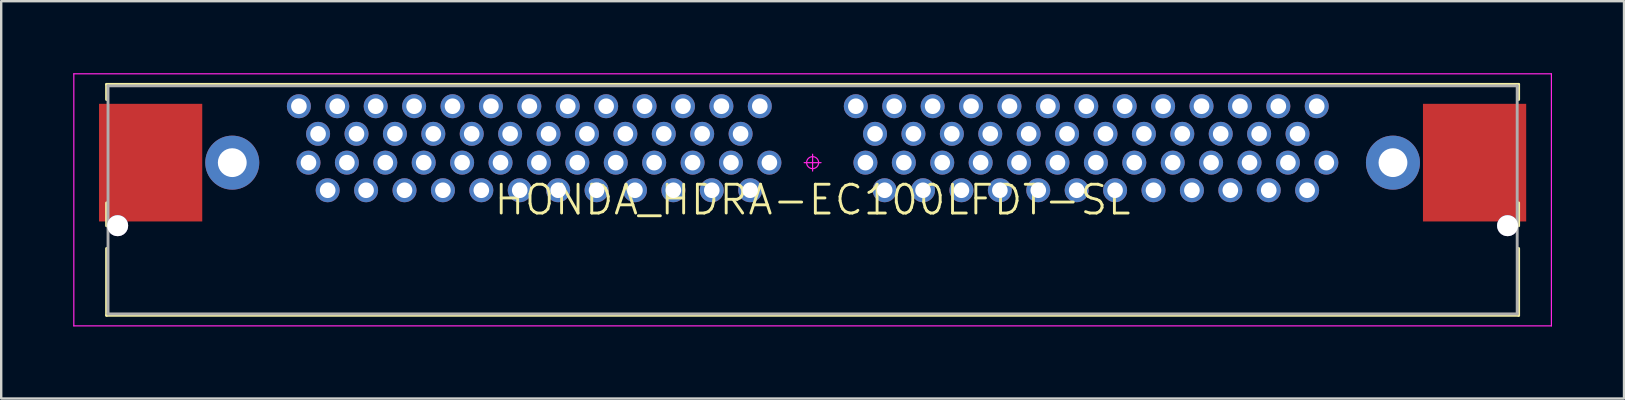
<source format=kicad_pcb>
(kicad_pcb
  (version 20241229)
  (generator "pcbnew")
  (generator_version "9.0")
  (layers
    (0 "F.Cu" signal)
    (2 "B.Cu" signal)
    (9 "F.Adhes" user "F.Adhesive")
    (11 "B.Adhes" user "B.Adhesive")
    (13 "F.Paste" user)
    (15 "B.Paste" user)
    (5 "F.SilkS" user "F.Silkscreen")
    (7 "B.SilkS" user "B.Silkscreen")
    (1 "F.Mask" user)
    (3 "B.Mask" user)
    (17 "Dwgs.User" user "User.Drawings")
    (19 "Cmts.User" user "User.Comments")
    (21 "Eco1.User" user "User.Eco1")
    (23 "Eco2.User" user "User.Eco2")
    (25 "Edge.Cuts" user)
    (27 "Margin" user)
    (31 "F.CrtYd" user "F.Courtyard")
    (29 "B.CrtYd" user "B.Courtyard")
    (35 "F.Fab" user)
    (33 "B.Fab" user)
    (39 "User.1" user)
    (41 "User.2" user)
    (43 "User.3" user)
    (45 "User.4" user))
  (footprint "HONDA_HDRA-EC100LFDT-SL"
    (layer "F.Cu")
    (at 30.8 3.725)
    (property "Reference" "HONDA_HDRA-EC100LFDT-SL" (at 0 1.55 0) (layer "F.SilkS") (effects (font (size 1.2 1.2) (thickness 0.12))))
    (attr through_hole)
    (fp_line (start -29.41 -3.26) (end 29.41 -3.26) (stroke (width 0.12) (type solid)) (layer "F.SilkS"))
    (fp_line (start -29.41 -2.63) (end -29.41 -3.26) (stroke (width 0.12) (type solid)) (layer "F.SilkS"))
    (fp_line (start -29.41 2.63) (end -29.41 1.676) (stroke (width 0.12) (type solid)) (layer "F.SilkS"))
    (fp_line (start -29.41 6.36) (end -29.41 3.574) (stroke (width 0.12) (type solid)) (layer "F.SilkS"))
    (fp_line (start 29.41 -3.26) (end 29.41 -2.63) (stroke (width 0.12) (type solid)) (layer "F.SilkS"))
    (fp_line (start 29.41 2.63) (end 29.41 1.676) (stroke (width 0.12) (type solid)) (layer "F.SilkS"))
    (fp_line (start 29.41 3.574) (end 29.41 6.36) (stroke (width 0.12) (type solid)) (layer "F.SilkS"))
    (fp_line (start 29.41 6.36) (end -29.41 6.36) (stroke (width 0.12) (type solid)) (layer "F.SilkS"))
    (fp_line (start -30.775 -3.7) (end 30.775 -3.7) (stroke (width 0.05) (type solid)) (layer "F.CrtYd"))
    (fp_line (start -30.775 6.8) (end -30.775 -3.7) (stroke (width 0.05) (type solid)) (layer "F.CrtYd"))
    (fp_line (start 0 -0.35) (end 0 0.35) (stroke (width 0.05) (type solid)) (layer "F.CrtYd"))
    (fp_line (start 0.35 0) (end -0.35 0) (stroke (width 0.05) (type solid)) (layer "F.CrtYd"))
    (fp_line (start 30.775 -3.7) (end 30.775 6.8) (stroke (width 0.05) (type solid)) (layer "F.CrtYd"))
    (fp_line (start 30.775 6.8) (end -30.775 6.8) (stroke (width 0.05) (type solid)) (layer "F.CrtYd"))
    (fp_circle (center 0 0) (end 0 0.25) (stroke (width 0.05) (type solid)) (fill no) (layer "F.CrtYd"))
    (fp_line (start -29.35 -3.2) (end 29.35 -3.2) (stroke (width 0.12) (type solid)) (layer "F.Fab"))
    (fp_line (start -29.35 6.3) (end -29.35 -3.2) (stroke (width 0.12) (type solid)) (layer "F.Fab"))
    (fp_line (start 29.35 -3.2) (end 29.35 6.3) (stroke (width 0.12) (type solid)) (layer "F.Fab"))
    (fp_line (start 29.35 6.3) (end -29.35 6.3) (stroke (width 0.12) (type solid)) (layer "F.Fab"))
    (pad "1" thru_hole circle (at 21 -2.35) (size 1 1) (drill 0.65) (layers "*.Cu" "*.Mask"))
    (pad "2" thru_hole circle (at 20.2 -1.2) (size 1 1) (drill 0.65) (layers "*.Cu" "*.Mask"))
    (pad "3" thru_hole circle (at 19.4 -2.35) (size 1 1) (drill 0.65) (layers "*.Cu" "*.Mask"))
    (pad "4" thru_hole circle (at 18.6 -1.2) (size 1 1) (drill 0.65) (layers "*.Cu" "*.Mask"))
    (pad "5" thru_hole circle (at 17.8 -2.35) (size 1 1) (drill 0.65) (layers "*.Cu" "*.Mask"))
    (pad "6" thru_hole circle (at 17 -1.2) (size 1 1) (drill 0.65) (layers "*.Cu" "*.Mask"))
    (pad "7" thru_hole circle (at 16.2 -2.35) (size 1 1) (drill 0.65) (layers "*.Cu" "*.Mask"))
    (pad "8" thru_hole circle (at 15.4 -1.2) (size 1 1) (drill 0.65) (layers "*.Cu" "*.Mask"))
    (pad "9" thru_hole circle (at 14.6 -2.35) (size 1 1) (drill 0.65) (layers "*.Cu" "*.Mask"))
    (pad "10" thru_hole circle (at 13.8 -1.2) (size 1 1) (drill 0.65) (layers "*.Cu" "*.Mask"))
    (pad "11" thru_hole circle (at 13 -2.35) (size 1 1) (drill 0.65) (layers "*.Cu" "*.Mask"))
    (pad "12" thru_hole circle (at 12.2 -1.2) (size 1 1) (drill 0.65) (layers "*.Cu" "*.Mask"))
    (pad "13" thru_hole circle (at 11.4 -2.35) (size 1 1) (drill 0.65) (layers "*.Cu" "*.Mask"))
    (pad "14" thru_hole circle (at 10.6 -1.2) (size 1 1) (drill 0.65) (layers "*.Cu" "*.Mask"))
    (pad "15" thru_hole circle (at 9.8 -2.35) (size 1 1) (drill 0.65) (layers "*.Cu" "*.Mask"))
    (pad "16" thru_hole circle (at 9 -1.2) (size 1 1) (drill 0.65) (layers "*.Cu" "*.Mask"))
    (pad "17" thru_hole circle (at 8.2 -2.35) (size 1 1) (drill 0.65) (layers "*.Cu" "*.Mask"))
    (pad "18" thru_hole circle (at 7.4 -1.2) (size 1 1) (drill 0.65) (layers "*.Cu" "*.Mask"))
    (pad "19" thru_hole circle (at 6.6 -2.35) (size 1 1) (drill 0.65) (layers "*.Cu" "*.Mask"))
    (pad "20" thru_hole circle (at 5.8 -1.2) (size 1 1) (drill 0.65) (layers "*.Cu" "*.Mask"))
    (pad "21" thru_hole circle (at 5 -2.35) (size 1 1) (drill 0.65) (layers "*.Cu" "*.Mask"))
    (pad "22" thru_hole circle (at 4.2 -1.2) (size 1 1) (drill 0.65) (layers "*.Cu" "*.Mask"))
    (pad "23" thru_hole circle (at 3.4 -2.35) (size 1 1) (drill 0.65) (layers "*.Cu" "*.Mask"))
    (pad "24" thru_hole circle (at 2.6 -1.2) (size 1 1) (drill 0.65) (layers "*.Cu" "*.Mask"))
    (pad "25" thru_hole circle (at 1.8 -2.35) (size 1 1) (drill 0.65) (layers "*.Cu" "*.Mask"))
    (pad "26" thru_hole circle (at -2.2 -2.35) (size 1 1) (drill 0.65) (layers "*.Cu" "*.Mask"))
    (pad "27" thru_hole circle (at -3 -1.2) (size 1 1) (drill 0.65) (layers "*.Cu" "*.Mask"))
    (pad "28" thru_hole circle (at -3.8 -2.35) (size 1 1) (drill 0.65) (layers "*.Cu" "*.Mask"))
    (pad "29" thru_hole circle (at -4.6 -1.2) (size 1 1) (drill 0.65) (layers "*.Cu" "*.Mask"))
    (pad "30" thru_hole circle (at -5.4 -2.35) (size 1 1) (drill 0.65) (layers "*.Cu" "*.Mask"))
    (pad "31" thru_hole circle (at -6.2 -1.2) (size 1 1) (drill 0.65) (layers "*.Cu" "*.Mask"))
    (pad "32" thru_hole circle (at -7 -2.35) (size 1 1) (drill 0.65) (layers "*.Cu" "*.Mask"))
    (pad "33" thru_hole circle (at -7.8 -1.2) (size 1 1) (drill 0.65) (layers "*.Cu" "*.Mask"))
    (pad "34" thru_hole circle (at -8.6 -2.35) (size 1 1) (drill 0.65) (layers "*.Cu" "*.Mask"))
    (pad "35" thru_hole circle (at -9.4 -1.2) (size 1 1) (drill 0.65) (layers "*.Cu" "*.Mask"))
    (pad "36" thru_hole circle (at -10.2 -2.35) (size 1 1) (drill 0.65) (layers "*.Cu" "*.Mask"))
    (pad "37" thru_hole circle (at -11 -1.2) (size 1 1) (drill 0.65) (layers "*.Cu" "*.Mask"))
    (pad "38" thru_hole circle (at -11.8 -2.35) (size 1 1) (drill 0.65) (layers "*.Cu" "*.Mask"))
    (pad "39" thru_hole circle (at -12.6 -1.2) (size 1 1) (drill 0.65) (layers "*.Cu" "*.Mask"))
    (pad "40" thru_hole circle (at -13.4 -2.35) (size 1 1) (drill 0.65) (layers "*.Cu" "*.Mask"))
    (pad "41" thru_hole circle (at -14.2 -1.2) (size 1 1) (drill 0.65) (layers "*.Cu" "*.Mask"))
    (pad "42" thru_hole circle (at -15 -2.35) (size 1 1) (drill 0.65) (layers "*.Cu" "*.Mask"))
    (pad "43" thru_hole circle (at -15.8 -1.2) (size 1 1) (drill 0.65) (layers "*.Cu" "*.Mask"))
    (pad "44" thru_hole circle (at -16.6 -2.35) (size 1 1) (drill 0.65) (layers "*.Cu" "*.Mask"))
    (pad "45" thru_hole circle (at -17.4 -1.2) (size 1 1) (drill 0.65) (layers "*.Cu" "*.Mask"))
    (pad "46" thru_hole circle (at -18.2 -2.35) (size 1 1) (drill 0.65) (layers "*.Cu" "*.Mask"))
    (pad "47" thru_hole circle (at -19 -1.2) (size 1 1) (drill 0.65) (layers "*.Cu" "*.Mask"))
    (pad "48" thru_hole circle (at -19.8 -2.35) (size 1 1) (drill 0.65) (layers "*.Cu" "*.Mask"))
    (pad "49" thru_hole circle (at -20.6 -1.2) (size 1 1) (drill 0.65) (layers "*.Cu" "*.Mask"))
    (pad "50" thru_hole circle (at -21.4 -2.35) (size 1 1) (drill 0.65) (layers "*.Cu" "*.Mask"))
    (pad "51" thru_hole circle (at 21.4 0) (size 1 1) (drill 0.65) (layers "*.Cu" "*.Mask"))
    (pad "52" thru_hole circle (at 20.6 1.15) (size 1 1) (drill 0.65) (layers "*.Cu" "*.Mask"))
    (pad "53" thru_hole circle (at 19.8 0) (size 1 1) (drill 0.65) (layers "*.Cu" "*.Mask"))
    (pad "54" thru_hole circle (at 19 1.15) (size 1 1) (drill 0.65) (layers "*.Cu" "*.Mask"))
    (pad "55" thru_hole circle (at 18.2 0) (size 1 1) (drill 0.65) (layers "*.Cu" "*.Mask"))
    (pad "56" thru_hole circle (at 17.4 1.15) (size 1 1) (drill 0.65) (layers "*.Cu" "*.Mask"))
    (pad "57" thru_hole circle (at 16.6 0) (size 1 1) (drill 0.65) (layers "*.Cu" "*.Mask"))
    (pad "58" thru_hole circle (at 15.8 1.15) (size 1 1) (drill 0.65) (layers "*.Cu" "*.Mask"))
    (pad "59" thru_hole circle (at 15 0) (size 1 1) (drill 0.65) (layers "*.Cu" "*.Mask"))
    (pad "60" thru_hole circle (at 14.2 1.15) (size 1 1) (drill 0.65) (layers "*.Cu" "*.Mask"))
    (pad "61" thru_hole circle (at 13.4 0) (size 1 1) (drill 0.65) (layers "*.Cu" "*.Mask"))
    (pad "62" thru_hole circle (at 12.6 1.15) (size 1 1) (drill 0.65) (layers "*.Cu" "*.Mask"))
    (pad "63" thru_hole circle (at 11.8 0) (size 1 1) (drill 0.65) (layers "*.Cu" "*.Mask"))
    (pad "64" thru_hole circle (at 11 1.15) (size 1 1) (drill 0.65) (layers "*.Cu" "*.Mask"))
    (pad "65" thru_hole circle (at 10.2 0) (size 1 1) (drill 0.65) (layers "*.Cu" "*.Mask"))
    (pad "66" thru_hole circle (at 9.4 1.15) (size 1 1) (drill 0.65) (layers "*.Cu" "*.Mask"))
    (pad "67" thru_hole circle (at 8.6 0) (size 1 1) (drill 0.65) (layers "*.Cu" "*.Mask"))
    (pad "68" thru_hole circle (at 7.8 1.15) (size 1 1) (drill 0.65) (layers "*.Cu" "*.Mask"))
    (pad "69" thru_hole circle (at 7 0) (size 1 1) (drill 0.65) (layers "*.Cu" "*.Mask"))
    (pad "70" thru_hole circle (at 6.2 1.15) (size 1 1) (drill 0.65) (layers "*.Cu" "*.Mask"))
    (pad "71" thru_hole circle (at 5.4 0) (size 1 1) (drill 0.65) (layers "*.Cu" "*.Mask"))
    (pad "72" thru_hole circle (at 4.6 1.15) (size 1 1) (drill 0.65) (layers "*.Cu" "*.Mask"))
    (pad "73" thru_hole circle (at 3.8 0) (size 1 1) (drill 0.65) (layers "*.Cu" "*.Mask"))
    (pad "74" thru_hole circle (at 3 1.15) (size 1 1) (drill 0.65) (layers "*.Cu" "*.Mask"))
    (pad "75" thru_hole circle (at 2.2 0) (size 1 1) (drill 0.65) (layers "*.Cu" "*.Mask"))
    (pad "76" thru_hole circle (at -1.8 0) (size 1 1) (drill 0.65) (layers "*.Cu" "*.Mask"))
    (pad "77" thru_hole circle (at -2.6 1.15) (size 1 1) (drill 0.65) (layers "*.Cu" "*.Mask"))
    (pad "78" thru_hole circle (at -3.4 0) (size 1 1) (drill 0.65) (layers "*.Cu" "*.Mask"))
    (pad "79" thru_hole circle (at -4.2 1.15) (size 1 1) (drill 0.65) (layers "*.Cu" "*.Mask"))
    (pad "80" thru_hole circle (at -5 0) (size 1 1) (drill 0.65) (layers "*.Cu" "*.Mask"))
    (pad "81" thru_hole circle (at -5.8 1.15) (size 1 1) (drill 0.65) (layers "*.Cu" "*.Mask"))
    (pad "82" thru_hole circle (at -6.6 0) (size 1 1) (drill 0.65) (layers "*.Cu" "*.Mask"))
    (pad "83" thru_hole circle (at -7.4 1.15) (size 1 1) (drill 0.65) (layers "*.Cu" "*.Mask"))
    (pad "84" thru_hole circle (at -8.2 0) (size 1 1) (drill 0.65) (layers "*.Cu" "*.Mask"))
    (pad "85" thru_hole circle (at -9 1.15) (size 1 1) (drill 0.65) (layers "*.Cu" "*.Mask"))
    (pad "86" thru_hole circle (at -9.8 0) (size 1 1) (drill 0.65) (layers "*.Cu" "*.Mask"))
    (pad "87" thru_hole circle (at -10.6 1.15) (size 1 1) (drill 0.65) (layers "*.Cu" "*.Mask"))
    (pad "88" thru_hole circle (at -11.4 0) (size 1 1) (drill 0.65) (layers "*.Cu" "*.Mask"))
    (pad "89" thru_hole circle (at -12.2 1.15) (size 1 1) (drill 0.65) (layers "*.Cu" "*.Mask"))
    (pad "90" thru_hole circle (at -13 0) (size 1 1) (drill 0.65) (layers "*.Cu" "*.Mask"))
    (pad "91" thru_hole circle (at -13.8 1.15) (size 1 1) (drill 0.65) (layers "*.Cu" "*.Mask"))
    (pad "92" thru_hole circle (at -14.6 0) (size 1 1) (drill 0.65) (layers "*.Cu" "*.Mask"))
    (pad "93" thru_hole circle (at -15.4 1.15) (size 1 1) (drill 0.65) (layers "*.Cu" "*.Mask"))
    (pad "94" thru_hole circle (at -16.2 0) (size 1 1) (drill 0.65) (layers "*.Cu" "*.Mask"))
    (pad "95" thru_hole circle (at -17 1.15) (size 1 1) (drill 0.65) (layers "*.Cu" "*.Mask"))
    (pad "96" thru_hole circle (at -17.8 0) (size 1 1) (drill 0.65) (layers "*.Cu" "*.Mask"))
    (pad "97" thru_hole circle (at -18.6 1.15) (size 1 1) (drill 0.65) (layers "*.Cu" "*.Mask"))
    (pad "98" thru_hole circle (at -19.4 0) (size 1 1) (drill 0.65) (layers "*.Cu" "*.Mask"))
    (pad "99" thru_hole circle (at -20.2 1.15) (size 1 1) (drill 0.65) (layers "*.Cu" "*.Mask"))
    (pad "100" thru_hole circle (at -21 0) (size 1 1) (drill 0.65) (layers "*.Cu" "*.Mask"))
    (pad "101" thru_hole circle (at -24.175 0) (size 2.25 2.25) (drill 1.2) (layers "*.Cu" "*.Mask"))
    (pad "102" thru_hole circle (at 24.175 0) (size 2.25 2.25) (drill 1.2) (layers "*.Cu" "*.Mask"))
    (pad "103" smd rect (at -27.575 0) (size 4.3 4.9) (layers "F.Cu" "F.Mask" "F.Paste"))
    (pad "104" smd rect (at 27.575 0) (size 4.3 4.9) (layers "F.Cu" "F.Mask" "F.Paste"))
    (pad "105" thru_hole circle (at -28.95 2.625) (size 0.875 0.875) (drill 1.75) (layers "*.Cu" "*.Mask"))
    (pad "106" thru_hole circle (at 28.95 2.625) (size 0.875 0.875) (drill 1.75) (layers "*.Cu" "*.Mask")))
  (gr_rect
    (start -3 -3)
    (end 64.6 13.55)
    (stroke (width 0.1) (type default))
    (fill no)
    (layer "Edge.Cuts")))
</source>
